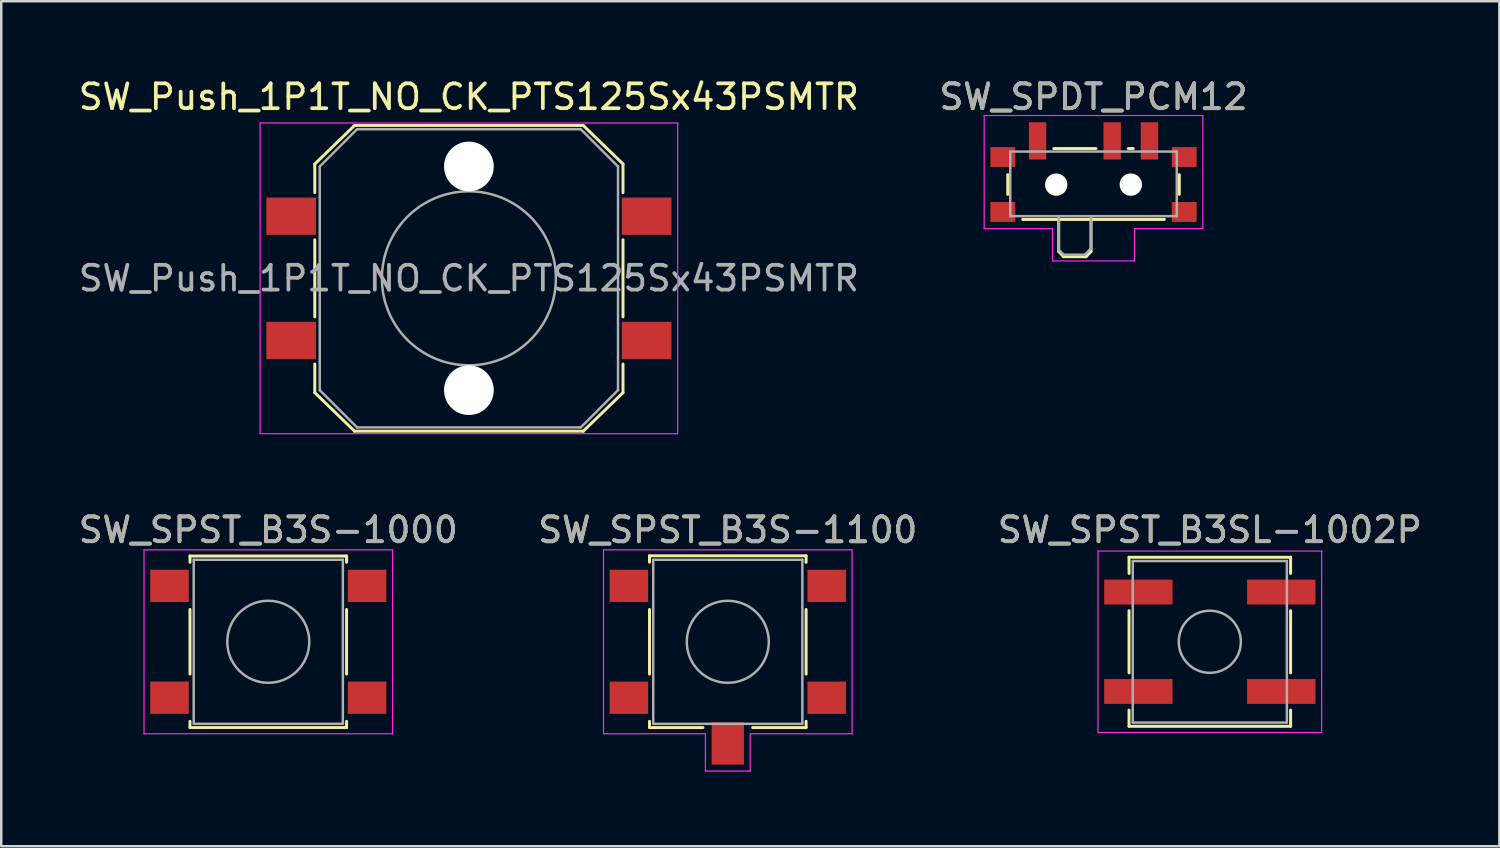
<source format=kicad_pcb>
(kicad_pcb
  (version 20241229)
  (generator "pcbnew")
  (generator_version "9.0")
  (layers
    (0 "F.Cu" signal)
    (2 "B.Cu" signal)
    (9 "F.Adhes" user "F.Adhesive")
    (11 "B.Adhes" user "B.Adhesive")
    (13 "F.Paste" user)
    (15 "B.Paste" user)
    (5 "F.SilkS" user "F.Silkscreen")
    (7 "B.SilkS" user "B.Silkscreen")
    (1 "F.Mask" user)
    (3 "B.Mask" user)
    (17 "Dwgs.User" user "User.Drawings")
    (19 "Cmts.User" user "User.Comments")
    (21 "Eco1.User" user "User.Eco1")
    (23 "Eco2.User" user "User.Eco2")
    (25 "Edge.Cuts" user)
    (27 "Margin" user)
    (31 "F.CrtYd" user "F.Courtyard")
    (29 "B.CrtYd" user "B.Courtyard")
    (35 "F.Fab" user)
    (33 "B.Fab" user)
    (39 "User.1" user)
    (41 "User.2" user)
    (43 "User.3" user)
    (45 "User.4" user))
  (footprint "SW_SPST_B3S-1100"
    (layer "F.Cu")
    (at 26.232 23.692)
    (property "Reference" "SW_SPST_B3S-1100" (at 0 -5.42 0) (layer "F.SilkS") (effects (font (size 1 1) (thickness 0.15))))
    (attr smd)
    (fp_line (start -3.15 -4.38) (end 3.15 -4.38) (stroke (width 0.12) (type solid)) (layer "F.SilkS"))
    (fp_line (start -3.15 -4.12) (end -3.15 -4.38) (stroke (width 0.12) (type solid)) (layer "F.SilkS"))
    (fp_line (start -3.15 0.38) (end -3.15 -2.22) (stroke (width 0.12) (type solid)) (layer "F.SilkS"))
    (fp_line (start -3.15 2.53) (end -3.15 2.28) (stroke (width 0.12) (type solid)) (layer "F.SilkS"))
    (fp_line (start -3.15 2.53) (end -1 2.53) (stroke (width 0.12) (type solid)) (layer "F.SilkS"))
    (fp_line (start 3.15 -4.38) (end 3.15 -4.12) (stroke (width 0.12) (type solid)) (layer "F.SilkS"))
    (fp_line (start 3.15 -2.22) (end 3.15 0.38) (stroke (width 0.12) (type solid)) (layer "F.SilkS"))
    (fp_line (start 3.15 2.28) (end 3.15 2.53) (stroke (width 0.12) (type solid)) (layer "F.SilkS"))
    (fp_line (start 3.15 2.53) (end 1 2.53) (stroke (width 0.12) (type solid)) (layer "F.SilkS"))
    (fp_line (start -5 -4.62) (end -5 2.78) (stroke (width 0.05) (type solid)) (layer "F.CrtYd"))
    (fp_line (start -5 2.78) (end -0.9 2.78) (stroke (width 0.05) (type solid)) (layer "F.CrtYd"))
    (fp_line (start -0.9 2.78) (end -0.9 4.28) (stroke (width 0.05) (type solid)) (layer "F.CrtYd"))
    (fp_line (start -0.9 4.28) (end 0.9 4.28) (stroke (width 0.05) (type solid)) (layer "F.CrtYd"))
    (fp_line (start 0.9 4.28) (end 0.9 2.78) (stroke (width 0.05) (type solid)) (layer "F.CrtYd"))
    (fp_line (start 5 -4.62) (end -5 -4.62) (stroke (width 0.05) (type solid)) (layer "F.CrtYd"))
    (fp_line (start 5 2.78) (end 0.9 2.78) (stroke (width 0.05) (type solid)) (layer "F.CrtYd"))
    (fp_line (start 5 2.78) (end 5 -4.62) (stroke (width 0.05) (type solid)) (layer "F.CrtYd"))
    (fp_line (start -3 -4.22) (end 3 -4.22) (stroke (width 0.1) (type solid)) (layer "F.Fab"))
    (fp_line (start -3 2.38) (end -3 -4.22) (stroke (width 0.1) (type solid)) (layer "F.Fab"))
    (fp_line (start 3 -4.22) (end 3 2.38) (stroke (width 0.1) (type solid)) (layer "F.Fab"))
    (fp_line (start 3 2.38) (end -3 2.38) (stroke (width 0.1) (type solid)) (layer "F.Fab"))
    (fp_circle (center 0 -0.92) (end 1.65 -0.92) (stroke (width 0.1) (type solid)) (fill no) (layer "F.Fab"))
    (fp_text user "${REFERENCE}" (at 0 -5.42 0) (layer "F.Fab") (effects (font (size 1 1) (thickness 0.15))))
    (pad "1" smd rect (at -3.98 -3.17) (size 1.55 1.3) (layers "F.Cu" "F.Mask" "F.Paste"))
    (pad "1" smd rect (at 3.98 -3.17) (size 1.55 1.3) (layers "F.Cu" "F.Mask" "F.Paste"))
    (pad "2" smd rect (at -3.98 1.33) (size 1.55 1.3) (layers "F.Cu" "F.Mask" "F.Paste"))
    (pad "2" smd rect (at 3.98 1.33) (size 1.55 1.3) (layers "F.Cu" "F.Mask" "F.Paste"))
    (pad "3" smd rect (at 0 3.17) (size 1.3 1.7) (layers "F.Cu" "F.Mask" "F.Paste")))
  (footprint "SW_SPDT_PCM12"
    (layer "F.Cu")
    (at 40.946 4.048)
    (property "Reference" "SW_SPDT_PCM12" (at 0 -3.2 0) (layer "F.SilkS") (effects (font (size 1 1) (thickness 0.15))))
    (attr smd)
    (fp_line (start -3.45 -0.07) (end -3.45 0.72) (stroke (width 0.12) (type solid)) (layer "F.SilkS"))
    (fp_line (start -2.85 1.73) (end 2.85 1.73) (stroke (width 0.12) (type solid)) (layer "F.SilkS"))
    (fp_line (start -1.6 -1.12) (end 0.1 -1.12) (stroke (width 0.12) (type solid)) (layer "F.SilkS"))
    (fp_line (start -1.4 1.73) (end -1.4 3.02) (stroke (width 0.12) (type solid)) (layer "F.SilkS"))
    (fp_line (start -1.4 3.02) (end -1.2 3.23) (stroke (width 0.12) (type solid)) (layer "F.SilkS"))
    (fp_line (start -1.2 3.23) (end -0.3 3.23) (stroke (width 0.12) (type solid)) (layer "F.SilkS"))
    (fp_line (start -0.1 3.02) (end -0.3 3.23) (stroke (width 0.12) (type solid)) (layer "F.SilkS"))
    (fp_line (start -0.1 3.02) (end -0.1 1.73) (stroke (width 0.12) (type solid)) (layer "F.SilkS"))
    (fp_line (start 1.4 -1.12) (end 1.6 -1.12) (stroke (width 0.12) (type solid)) (layer "F.SilkS"))
    (fp_line (start 3.45 0.72) (end 3.45 -0.07) (stroke (width 0.12) (type solid)) (layer "F.SilkS"))
    (fp_line (start -4.4 -2.45) (end 4.4 -2.45) (stroke (width 0.05) (type solid)) (layer "F.CrtYd"))
    (fp_line (start -4.4 2.1) (end -4.4 -2.45) (stroke (width 0.05) (type solid)) (layer "F.CrtYd"))
    (fp_line (start -1.65 2.1) (end -4.4 2.1) (stroke (width 0.05) (type solid)) (layer "F.CrtYd"))
    (fp_line (start -1.65 3.4) (end -1.65 2.1) (stroke (width 0.05) (type solid)) (layer "F.CrtYd"))
    (fp_line (start 1.65 2.1) (end 1.65 3.4) (stroke (width 0.05) (type solid)) (layer "F.CrtYd"))
    (fp_line (start 1.65 3.4) (end -1.65 3.4) (stroke (width 0.05) (type solid)) (layer "F.CrtYd"))
    (fp_line (start 4.4 -2.45) (end 4.4 2.1) (stroke (width 0.05) (type solid)) (layer "F.CrtYd"))
    (fp_line (start 4.4 2.1) (end 1.65 2.1) (stroke (width 0.05) (type solid)) (layer "F.CrtYd"))
    (fp_line (start -3.35 -1) (end -3.35 1.6) (stroke (width 0.1) (type solid)) (layer "F.Fab"))
    (fp_line (start -3.35 1.6) (end 3.35 1.6) (stroke (width 0.1) (type solid)) (layer "F.Fab"))
    (fp_line (start -1.4 1.65) (end -1.4 2.95) (stroke (width 0.1) (type solid)) (layer "F.Fab"))
    (fp_line (start -1.4 2.95) (end -1.2 3.15) (stroke (width 0.1) (type solid)) (layer "F.Fab"))
    (fp_line (start -1.2 3.15) (end -0.35 3.15) (stroke (width 0.1) (type solid)) (layer "F.Fab"))
    (fp_line (start -0.35 3.15) (end -0.15 2.95) (stroke (width 0.1) (type solid)) (layer "F.Fab"))
    (fp_line (start -0.15 2.95) (end -0.1 2.9) (stroke (width 0.1) (type solid)) (layer "F.Fab"))
    (fp_line (start -0.1 2.9) (end -0.1 1.6) (stroke (width 0.1) (type solid)) (layer "F.Fab"))
    (fp_line (start 3.35 -1) (end -3.35 -1) (stroke (width 0.1) (type solid)) (layer "F.Fab"))
    (fp_line (start 3.35 1.6) (end 3.35 -1) (stroke (width 0.1) (type solid)) (layer "F.Fab"))
    (fp_text user "${REFERENCE}" (at 0 -3.2 0) (layer "F.Fab") (effects (font (size 1 1) (thickness 0.15))))
    (pad "" smd rect (at -3.65 -0.78) (size 1 0.8) (layers "F.Cu" "F.Mask" "F.Paste"))
    (pad "" smd rect (at -3.65 1.43) (size 1 0.8) (layers "F.Cu" "F.Mask" "F.Paste"))
    (pad "" np_thru_hole circle (at -1.5 0.33) (size 0.9 0.9) (drill 0.9) (layers "*.Cu" "*.Mask"))
    (pad "" np_thru_hole circle (at 1.5 0.33) (size 0.9 0.9) (drill 0.9) (layers "*.Cu" "*.Mask"))
    (pad "" smd rect (at 3.65 -0.78) (size 1 0.8) (layers "F.Cu" "F.Mask" "F.Paste"))
    (pad "" smd rect (at 3.65 1.43) (size 1 0.8) (layers "F.Cu" "F.Mask" "F.Paste"))
    (pad "1" smd rect (at -2.25 -1.43) (size 0.7 1.5) (layers "F.Cu" "F.Mask" "F.Paste"))
    (pad "2" smd rect (at 0.75 -1.43) (size 0.7 1.5) (layers "F.Cu" "F.Mask" "F.Paste"))
    (pad "3" smd rect (at 2.25 -1.43) (size 0.7 1.5) (layers "F.Cu" "F.Mask" "F.Paste")))
  (footprint "SW_SPST_B3SL-1002P"
    (layer "F.Cu")
    (at 45.625 22.771)
    (property "Reference" "SW_SPST_B3SL-1002P" (at 0 -4.5 0) (layer "F.SilkS") (effects (font (size 1 1) (thickness 0.15))))
    (attr smd)
    (fp_line (start -3.25 -3.4) (end -3.25 -2.75) (stroke (width 0.12) (type solid)) (layer "F.SilkS"))
    (fp_line (start -3.25 -1.25) (end -3.25 1.25) (stroke (width 0.12) (type solid)) (layer "F.SilkS"))
    (fp_line (start -3.25 3.4) (end -3.25 2.75) (stroke (width 0.12) (type solid)) (layer "F.SilkS"))
    (fp_line (start 3.25 -3.4) (end -3.25 -3.4) (stroke (width 0.12) (type solid)) (layer "F.SilkS"))
    (fp_line (start 3.25 -2.75) (end 3.25 -3.4) (stroke (width 0.12) (type solid)) (layer "F.SilkS"))
    (fp_line (start 3.25 -1.25) (end 3.25 1.25) (stroke (width 0.12) (type solid)) (layer "F.SilkS"))
    (fp_line (start 3.25 2.75) (end 3.25 3.4) (stroke (width 0.12) (type solid)) (layer "F.SilkS"))
    (fp_line (start 3.25 3.4) (end -3.25 3.4) (stroke (width 0.12) (type solid)) (layer "F.SilkS"))
    (fp_line (start -4.5 -3.65) (end -4.5 3.65) (stroke (width 0.05) (type solid)) (layer "F.CrtYd"))
    (fp_line (start -4.5 3.65) (end 4.5 3.65) (stroke (width 0.05) (type solid)) (layer "F.CrtYd"))
    (fp_line (start 4.5 -3.65) (end -4.5 -3.65) (stroke (width 0.05) (type solid)) (layer "F.CrtYd"))
    (fp_line (start 4.5 3.65) (end 4.5 -3.65) (stroke (width 0.05) (type solid)) (layer "F.CrtYd"))
    (fp_line (start -3.1 -3.25) (end 3.1 -3.25) (stroke (width 0.1) (type solid)) (layer "F.Fab"))
    (fp_line (start -3.1 3.25) (end -3.1 -3.25) (stroke (width 0.1) (type solid)) (layer "F.Fab"))
    (fp_line (start 3.1 -3.25) (end 3.1 3.25) (stroke (width 0.1) (type solid)) (layer "F.Fab"))
    (fp_line (start 3.1 3.25) (end -3.1 3.25) (stroke (width 0.1) (type solid)) (layer "F.Fab"))
    (fp_circle (center 0 0) (end 1.25 0) (stroke (width 0.1) (type solid)) (fill no) (layer "F.Fab"))
    (fp_text user "${REFERENCE}" (at 0 -4.5 0) (layer "F.Fab") (effects (font (size 1 1) (thickness 0.15))))
    (pad "1" smd rect (at -2.875 -2) (size 2.75 1) (layers "F.Cu" "F.Mask" "F.Paste"))
    (pad "1" smd rect (at 2.875 -2) (size 2.75 1) (layers "F.Cu" "F.Mask" "F.Paste"))
    (pad "2" smd rect (at -2.875 2) (size 2.75 1) (layers "F.Cu" "F.Mask" "F.Paste"))
    (pad "2" smd rect (at 2.875 2) (size 2.75 1) (layers "F.Cu" "F.Mask" "F.Paste")))
  (footprint "SW_SPST_B3S-1000"
    (layer "F.Cu")
    (at 7.744 22.771)
    (property "Reference" "SW_SPST_B3S-1000" (at 0 -4.5 0) (layer "F.SilkS") (effects (font (size 1 1) (thickness 0.15))))
    (attr smd)
    (fp_line (start -3.15 -3.45) (end 3.15 -3.45) (stroke (width 0.12) (type solid)) (layer "F.SilkS"))
    (fp_line (start -3.15 -3.2) (end -3.15 -3.45) (stroke (width 0.12) (type solid)) (layer "F.SilkS"))
    (fp_line (start -3.15 1.3) (end -3.15 -1.3) (stroke (width 0.12) (type solid)) (layer "F.SilkS"))
    (fp_line (start -3.15 3.45) (end -3.15 3.2) (stroke (width 0.12) (type solid)) (layer "F.SilkS"))
    (fp_line (start 3.15 -3.45) (end 3.15 -3.2) (stroke (width 0.12) (type solid)) (layer "F.SilkS"))
    (fp_line (start 3.15 -1.3) (end 3.15 1.3) (stroke (width 0.12) (type solid)) (layer "F.SilkS"))
    (fp_line (start 3.15 3.2) (end 3.15 3.45) (stroke (width 0.12) (type solid)) (layer "F.SilkS"))
    (fp_line (start 3.15 3.45) (end -3.15 3.45) (stroke (width 0.12) (type solid)) (layer "F.SilkS"))
    (fp_line (start -5 -3.7) (end -5 3.7) (stroke (width 0.05) (type solid)) (layer "F.CrtYd"))
    (fp_line (start -5 3.7) (end 5 3.7) (stroke (width 0.05) (type solid)) (layer "F.CrtYd"))
    (fp_line (start 5 -3.7) (end -5 -3.7) (stroke (width 0.05) (type solid)) (layer "F.CrtYd"))
    (fp_line (start 5 3.7) (end 5 -3.7) (stroke (width 0.05) (type solid)) (layer "F.CrtYd"))
    (fp_line (start -3 -3.3) (end 3 -3.3) (stroke (width 0.1) (type solid)) (layer "F.Fab"))
    (fp_line (start -3 3.3) (end -3 -3.3) (stroke (width 0.1) (type solid)) (layer "F.Fab"))
    (fp_line (start 3 -3.3) (end 3 3.3) (stroke (width 0.1) (type solid)) (layer "F.Fab"))
    (fp_line (start 3 3.3) (end -3 3.3) (stroke (width 0.1) (type solid)) (layer "F.Fab"))
    (fp_circle (center 0 0) (end 1.65 0) (stroke (width 0.1) (type solid)) (fill no) (layer "F.Fab"))
    (fp_text user "${REFERENCE}" (at 0 -4.5 0) (layer "F.Fab") (effects (font (size 1 1) (thickness 0.15))))
    (pad "1" smd rect (at -3.975 -2.25) (size 1.55 1.3) (layers "F.Cu" "F.Mask" "F.Paste"))
    (pad "1" smd rect (at 3.975 -2.25) (size 1.55 1.3) (layers "F.Cu" "F.Mask" "F.Paste"))
    (pad "2" smd rect (at -3.975 2.25) (size 1.55 1.3) (layers "F.Cu" "F.Mask" "F.Paste"))
    (pad "2" smd rect (at 3.975 2.25) (size 1.55 1.3) (layers "F.Cu" "F.Mask" "F.Paste")))
  (footprint "SW_Push_1P1T_NO_CK_PTS125Sx43PSMTR"
    (layer "F.Cu")
    (at 15.815 8.148)
    (property "Reference" "SW_Push_1P1T_NO_CK_PTS125Sx43PSMTR" (at 0 -7.3 0) (layer "F.SilkS") (effects (font (size 1 1) (thickness 0.15))))
    (attr smd)
    (fp_line (start -6.2 -4.6) (end -4.6 -6.15) (stroke (width 0.12) (type solid)) (layer "F.SilkS"))
    (fp_line (start -6.2 -3.45) (end -6.2 -4.6) (stroke (width 0.12) (type solid)) (layer "F.SilkS"))
    (fp_line (start -6.2 -1.55) (end -6.2 1.55) (stroke (width 0.12) (type solid)) (layer "F.SilkS"))
    (fp_line (start -6.2 3.45) (end -6.2 4.6) (stroke (width 0.12) (type solid)) (layer "F.SilkS"))
    (fp_line (start -6.2 4.6) (end -4.6 6.15) (stroke (width 0.12) (type solid)) (layer "F.SilkS"))
    (fp_line (start -4.6 -6.15) (end 4.6 -6.15) (stroke (width 0.12) (type solid)) (layer "F.SilkS"))
    (fp_line (start -4.6 6.15) (end 4.6 6.15) (stroke (width 0.12) (type solid)) (layer "F.SilkS"))
    (fp_line (start 4.6 -6.15) (end 6.2 -4.6) (stroke (width 0.12) (type solid)) (layer "F.SilkS"))
    (fp_line (start 4.6 6.15) (end 6.2 4.6) (stroke (width 0.12) (type solid)) (layer "F.SilkS"))
    (fp_line (start 6.2 -3.45) (end 6.2 -4.6) (stroke (width 0.12) (type solid)) (layer "F.SilkS"))
    (fp_line (start 6.2 -1.55) (end 6.2 1.55) (stroke (width 0.12) (type solid)) (layer "F.SilkS"))
    (fp_line (start 6.2 3.45) (end 6.2 4.6) (stroke (width 0.12) (type solid)) (layer "F.SilkS"))
    (fp_line (start -8.4 -6.25) (end 8.4 -6.25) (stroke (width 0.05) (type solid)) (layer "F.CrtYd"))
    (fp_line (start -8.4 6.25) (end -8.4 -6.25) (stroke (width 0.05) (type solid)) (layer "F.CrtYd"))
    (fp_line (start 8.4 -6.25) (end 8.4 6.25) (stroke (width 0.05) (type solid)) (layer "F.CrtYd"))
    (fp_line (start 8.4 6.25) (end -8.4 6.25) (stroke (width 0.05) (type solid)) (layer "F.CrtYd"))
    (fp_line (start -6 -4.5) (end -6 4.5) (stroke (width 0.1) (type solid)) (layer "F.Fab"))
    (fp_line (start -6 -4.5) (end -4.5 -6) (stroke (width 0.1) (type solid)) (layer "F.Fab"))
    (fp_line (start -4.5 6) (end -6 4.5) (stroke (width 0.1) (type solid)) (layer "F.Fab"))
    (fp_line (start -4.5 6) (end 4.5 6) (stroke (width 0.1) (type solid)) (layer "F.Fab"))
    (fp_line (start 4.5 -6) (end -4.5 -6) (stroke (width 0.1) (type solid)) (layer "F.Fab"))
    (fp_line (start 4.5 -6) (end 6 -4.5) (stroke (width 0.1) (type solid)) (layer "F.Fab"))
    (fp_line (start 6 4.5) (end 4.5 6) (stroke (width 0.1) (type solid)) (layer "F.Fab"))
    (fp_line (start 6 4.5) (end 6 -4.5) (stroke (width 0.1) (type solid)) (layer "F.Fab"))
    (fp_circle (center 0 0) (end 3.5 0) (stroke (width 0.1) (type solid)) (fill no) (layer "F.Fab"))
    (fp_text user "${REFERENCE}" (at 0 0 0) (layer "F.Fab") (effects (font (size 1 1) (thickness 0.15))))
    (pad "" np_thru_hole circle (at 0 -4.5) (size 2 2) (drill 2) (layers "*.Cu" "*.Mask"))
    (pad "" np_thru_hole circle (at 0 4.5) (size 2 2) (drill 2) (layers "*.Cu" "*.Mask"))
    (pad "1" smd rect (at -7.15 -2.5) (size 2 1.5) (layers "F.Cu" "F.Mask" "F.Paste"))
    (pad "1" smd rect (at 7.15 -2.5) (size 2 1.5) (layers "F.Cu" "F.Mask" "F.Paste"))
    (pad "2" smd rect (at -7.15 2.5) (size 2 1.5) (layers "F.Cu" "F.Mask" "F.Paste"))
    (pad "2" smd rect (at 7.15 2.5) (size 2 1.5) (layers "F.Cu" "F.Mask" "F.Paste")))
  (gr_rect
    (start -3 -3)
    (end 57.274 30.997)
    (stroke (width 0.1) (type default))
    (fill no)
    (layer "Edge.Cuts")))
</source>
